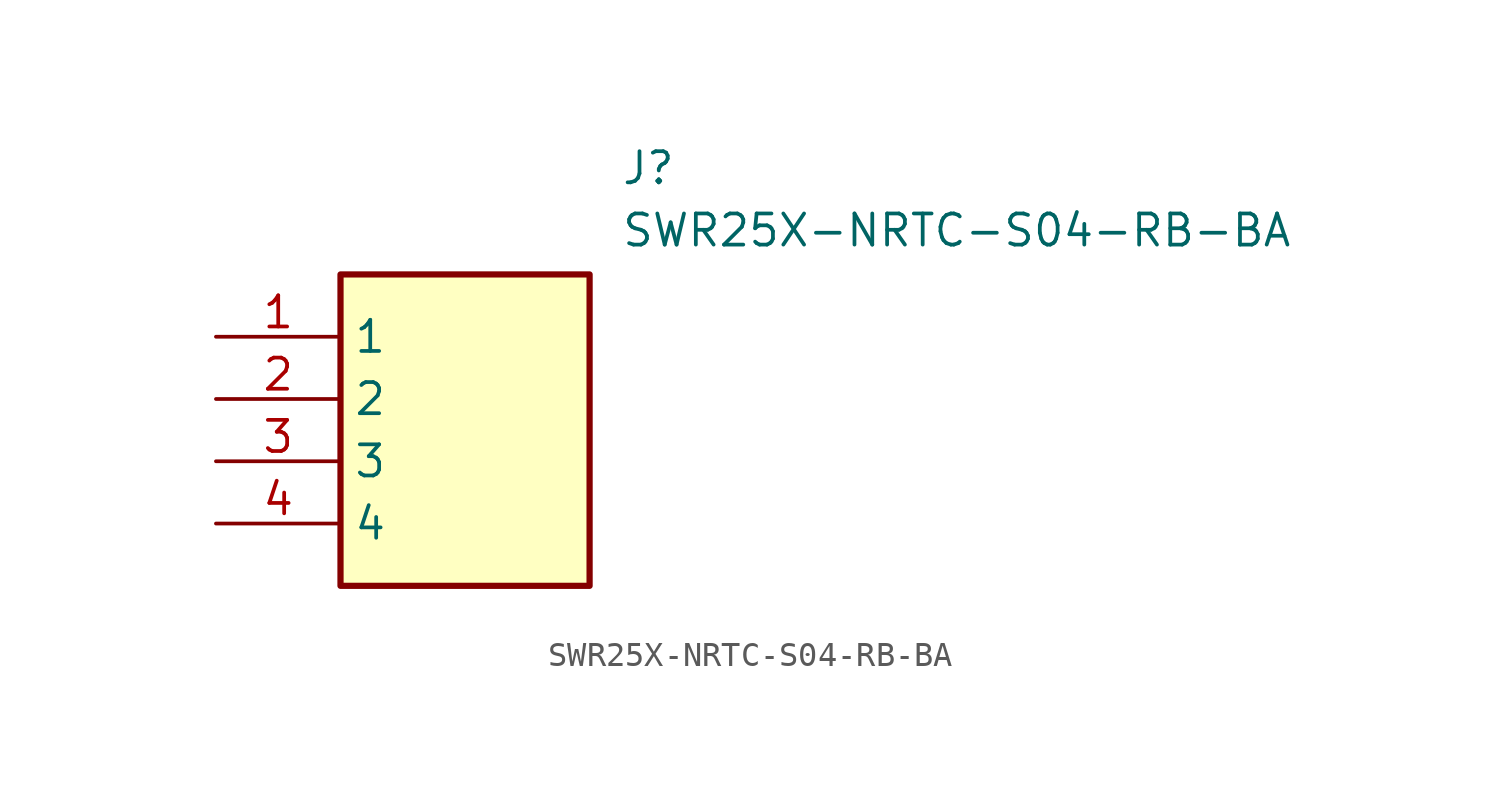
<source format=kicad_sym>
(kicad_symbol_lib
  (version 20211014)
  (generator SamacSys_ECAD_Model)
  (symbol "SWR25X-NRTC-S04-RB-BA"
    (property "Reference" "J"
      (at 16.51 7.62 0)
      (effects (font (size 1.27 1.27)) (justify left top)))
    (property "Value" "SWR25X-NRTC-S04-RB-BA"
      (at 16.51 5.08 0)
      (effects (font (size 1.27 1.27)) (justify left top)))
    (rectangle
      (start 5.08 2.54)
      (end 15.24 -10.16)
      (stroke (width 0.254) (type default))
      (fill (type background)))
    (pin passive line
      (at 0 0 0)
      (length 5.08)
      (name "1" (effects (font (size 1.27 1.27))))
      (number "1" (effects (font (size 1.27 1.27)))))
    (pin passive line
      (at 0 -2.54 0)
      (length 5.08)
      (name "2" (effects (font (size 1.27 1.27))))
      (number "2" (effects (font (size 1.27 1.27)))))
    (pin passive line
      (at 0 -5.08 0)
      (length 5.08)
      (name "3" (effects (font (size 1.27 1.27))))
      (number "3" (effects (font (size 1.27 1.27)))))
    (pin passive line
      (at 0 -7.62 0)
      (length 5.08)
      (name "4" (effects (font (size 1.27 1.27))))
      (number "4" (effects (font (size 1.27 1.27)))))))
</source>
